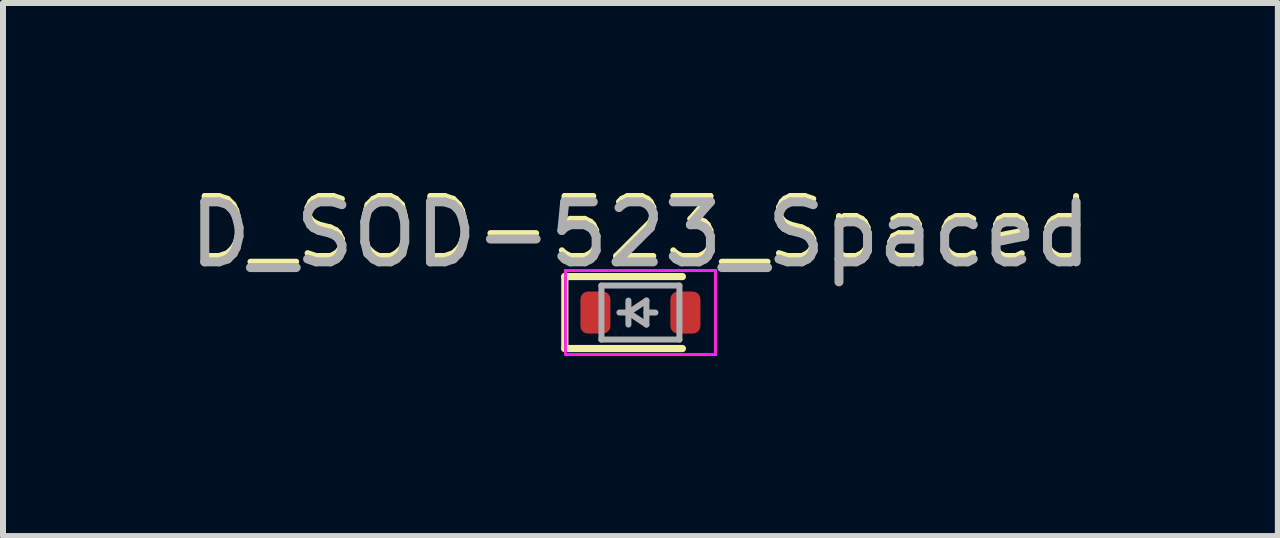
<source format=kicad_pcb>
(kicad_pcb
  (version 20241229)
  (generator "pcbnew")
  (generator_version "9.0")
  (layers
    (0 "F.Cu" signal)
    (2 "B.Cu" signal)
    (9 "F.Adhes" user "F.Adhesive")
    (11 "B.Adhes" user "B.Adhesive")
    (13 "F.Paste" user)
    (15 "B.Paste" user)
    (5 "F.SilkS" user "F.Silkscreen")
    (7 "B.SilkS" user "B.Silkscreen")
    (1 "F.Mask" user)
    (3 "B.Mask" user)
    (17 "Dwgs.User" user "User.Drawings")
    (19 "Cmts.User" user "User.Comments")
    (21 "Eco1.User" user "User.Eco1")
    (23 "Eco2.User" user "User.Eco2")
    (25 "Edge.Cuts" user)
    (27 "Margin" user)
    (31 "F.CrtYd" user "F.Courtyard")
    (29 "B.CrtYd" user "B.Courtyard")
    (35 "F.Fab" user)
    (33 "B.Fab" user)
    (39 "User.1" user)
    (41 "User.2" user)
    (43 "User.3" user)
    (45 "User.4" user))
  (footprint "D_SOD-523_Spaced"
    (layer "F.Cu")
    (at 7.625 2.16)
    (property "Reference" "D_SOD-523_Spaced" (at 0 -1.4 0) (unlocked yes) (layer "F.SilkS") (effects (font (size 1 1) (thickness 0.1))))
    (attr smd)
    (fp_line (start -1.26 -0.6) (end -1.26 0.6) (stroke (width 0.12) (type solid)) (layer "F.SilkS"))
    (fp_line (start 0.7 -0.6) (end -1.26 -0.6) (stroke (width 0.12) (type solid)) (layer "F.SilkS"))
    (fp_line (start 0.7 0.6) (end -1.26 0.6) (stroke (width 0.12) (type solid)) (layer "F.SilkS"))
    (fp_line (start -1.25 -0.7) (end 1.25 -0.7) (stroke (width 0.05) (type solid)) (layer "F.CrtYd"))
    (fp_line (start -1.25 0.7) (end -1.25 -0.7) (stroke (width 0.05) (type solid)) (layer "F.CrtYd"))
    (fp_line (start 1.25 -0.7) (end 1.25 0.7) (stroke (width 0.05) (type solid)) (layer "F.CrtYd"))
    (fp_line (start 1.25 0.7) (end -1.25 0.7) (stroke (width 0.05) (type solid)) (layer "F.CrtYd"))
    (fp_line (start -0.65 -0.45) (end 0.65 -0.45) (stroke (width 0.1) (type solid)) (layer "F.Fab"))
    (fp_line (start -0.65 0.45) (end -0.65 -0.45) (stroke (width 0.1) (type solid)) (layer "F.Fab"))
    (fp_line (start -0.2 0) (end -0.35 0) (stroke (width 0.1) (type solid)) (layer "F.Fab"))
    (fp_line (start -0.2 0) (end 0.1 0.2) (stroke (width 0.1) (type solid)) (layer "F.Fab"))
    (fp_line (start -0.2 0.2) (end -0.2 -0.2) (stroke (width 0.1) (type solid)) (layer "F.Fab"))
    (fp_line (start 0.1 -0.2) (end -0.2 0) (stroke (width 0.1) (type solid)) (layer "F.Fab"))
    (fp_line (start 0.1 0) (end 0.25 0) (stroke (width 0.1) (type solid)) (layer "F.Fab"))
    (fp_line (start 0.1 0.2) (end 0.1 -0.2) (stroke (width 0.1) (type solid)) (layer "F.Fab"))
    (fp_line (start 0.65 -0.45) (end 0.65 0.45) (stroke (width 0.1) (type solid)) (layer "F.Fab"))
    (fp_line (start 0.65 0.45) (end -0.65 0.45) (stroke (width 0.1) (type solid)) (layer "F.Fab"))
    (fp_text user "${REFERENCE}" (at 0 -1.3 0) (layer "F.Fab") (effects (font (size 1 1) (thickness 0.15))))
    (pad "1" smd roundrect (at -0.75 0 180) (size 0.5 0.7) (layers "F.Cu" "F.Mask" "F.Paste") (roundrect_rratio 0.25))
    (pad "2" smd roundrect (at 0.75 0 180) (size 0.5 0.7) (layers "F.Cu" "F.Mask" "F.Paste") (roundrect_rratio 0.25)))
  (gr_rect
    (start -3 -3)
    (end 18.25 5.886)
    (stroke (width 0.1) (type default))
    (fill no)
    (layer "Edge.Cuts")))
</source>
